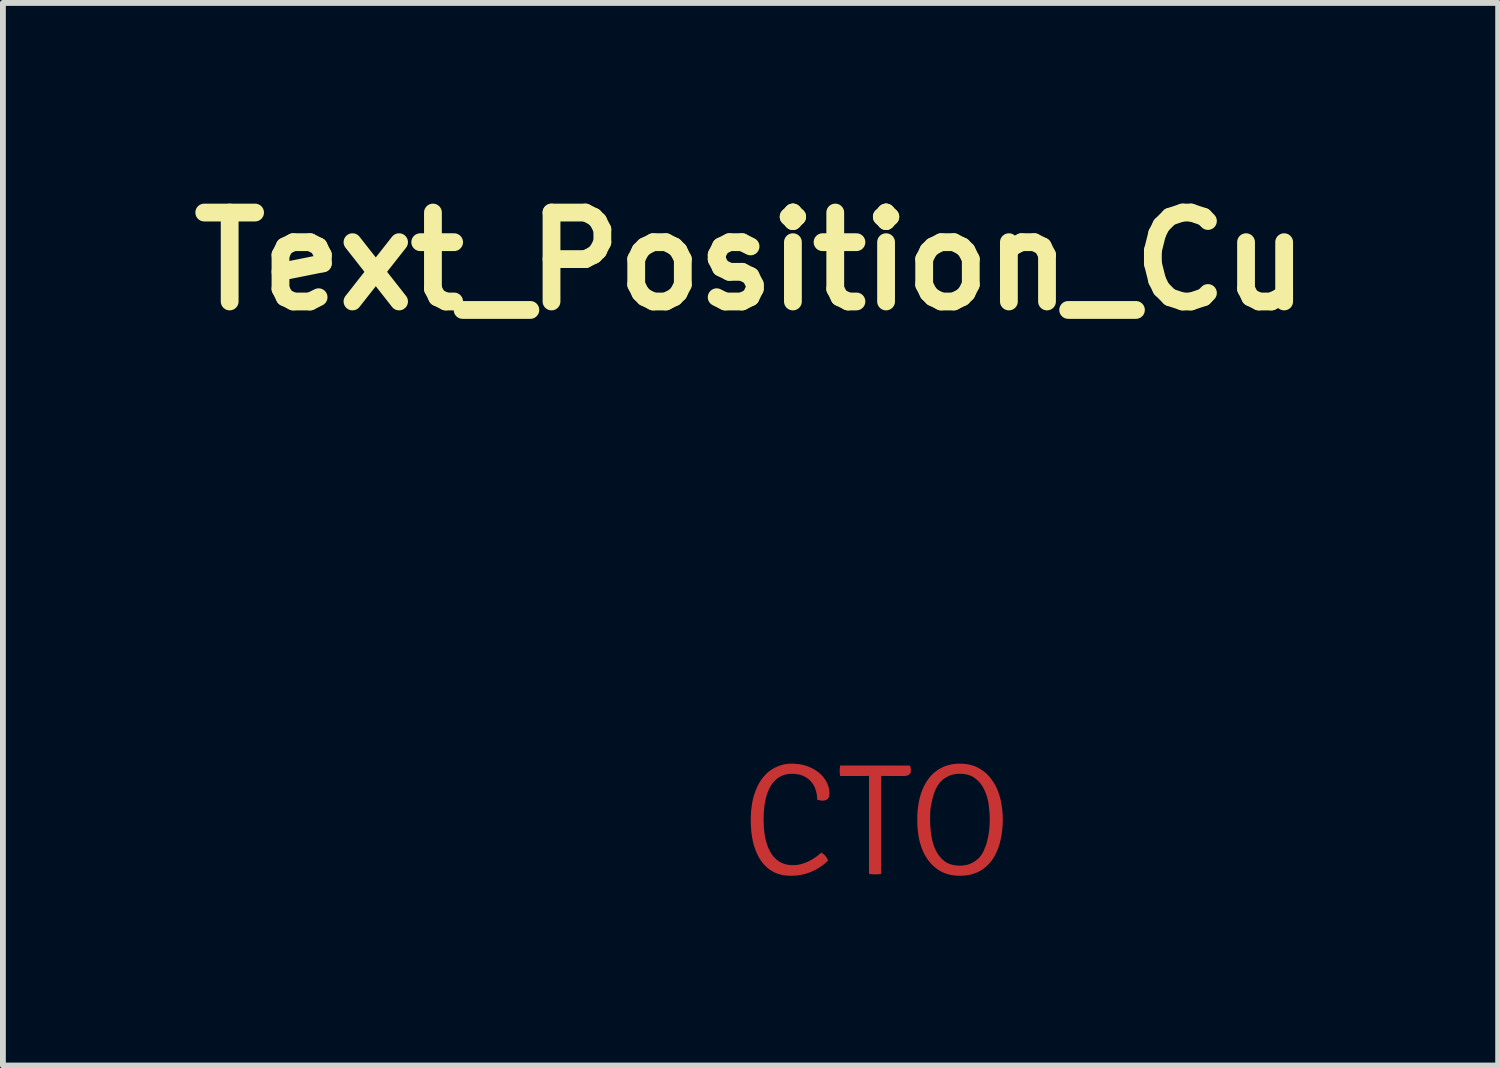
<source format=kicad_pcb>
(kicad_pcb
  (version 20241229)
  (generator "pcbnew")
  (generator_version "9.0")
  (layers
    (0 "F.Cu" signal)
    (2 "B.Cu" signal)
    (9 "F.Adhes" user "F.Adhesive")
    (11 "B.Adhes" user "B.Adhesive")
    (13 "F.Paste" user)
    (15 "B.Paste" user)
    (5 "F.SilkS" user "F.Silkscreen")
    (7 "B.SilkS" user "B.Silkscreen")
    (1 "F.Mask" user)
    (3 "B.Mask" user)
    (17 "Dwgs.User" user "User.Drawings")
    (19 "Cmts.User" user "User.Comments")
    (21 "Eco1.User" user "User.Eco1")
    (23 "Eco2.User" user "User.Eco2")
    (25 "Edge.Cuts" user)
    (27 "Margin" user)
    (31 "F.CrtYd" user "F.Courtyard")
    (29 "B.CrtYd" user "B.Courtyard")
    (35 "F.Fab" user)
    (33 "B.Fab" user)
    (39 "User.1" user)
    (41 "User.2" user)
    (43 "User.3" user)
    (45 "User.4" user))
  (footprint "Text_Position_Cu"
    (layer "F.Cu")
    (at 9.812 11.959)
    (property "Reference" "Text_Position_Cu" (at 0 -10.532 0) (layer "F.SilkS") (effects (font (size 1.524 1.524) (thickness 0.305))))
    (attr smd)
    (fp_poly (pts (xy 2.389 -1.711) (xy 2.239 -1.713) (xy 2.239 -0.034) (xy 2.217 -0.03) (xy 2.192 -0.028) (xy 2.165 -0.026) (xy 2.136 -0.026) (xy 2.113 -0.026) (xy 2.09 -0.027) (xy 2.069 -0.029) (xy 2.049 -0.031) (xy 2.03 -0.034) (xy 2.03 -1.713) (xy 1.883 -1.711) (xy 1.535 -1.711) (xy 1.532 -1.734) (xy 1.529 -1.756) (xy 1.528 -1.777) (xy 1.527 -1.798) (xy 1.528 -1.82) (xy 1.529 -1.843) (xy 1.532 -1.866) (xy 1.535 -1.89) (xy 2.731 -1.89) (xy 2.738 -1.871) (xy 2.743 -1.851) (xy 2.747 -1.828) (xy 2.748 -1.803) (xy 2.746 -1.784) (xy 2.741 -1.767) (xy 2.733 -1.752) (xy 2.722 -1.739) (xy 2.708 -1.729) (xy 2.691 -1.721) (xy 2.67 -1.715) (xy 2.647 -1.712) (xy 2.62 -1.711) (xy 2.389 -1.711)) (stroke (width 0) (type solid)) (fill yes) (layer "F.Cu"))
    (fp_poly (pts (xy 1.142 -1.303) (xy 1.142 -1.326) (xy 1.14 -1.349) (xy 1.138 -1.372) (xy 1.134 -1.395) (xy 1.13 -1.418) (xy 1.124 -1.441) (xy 1.118 -1.463) (xy 1.111 -1.486) (xy 1.103 -1.508) (xy 1.093 -1.53) (xy 1.082 -1.55) (xy 1.07 -1.57) (xy 1.057 -1.589) (xy 1.042 -1.607) (xy 1.026 -1.626) (xy 1.01 -1.643) (xy 0.992 -1.658) (xy 0.972 -1.673) (xy 0.951 -1.687) (xy 0.929 -1.699) (xy 0.906 -1.711) (xy 0.885 -1.72) (xy 0.863 -1.727) (xy 0.84 -1.734) (xy 0.816 -1.739) (xy 0.79 -1.743) (xy 0.764 -1.746) (xy 0.736 -1.748) (xy 0.708 -1.749) (xy 0.682 -1.748) (xy 0.657 -1.746) (xy 0.633 -1.743) (xy 0.61 -1.739) (xy 0.587 -1.733) (xy 0.565 -1.726) (xy 0.543 -1.718) (xy 0.523 -1.709) (xy 0.502 -1.698) (xy 0.483 -1.686) (xy 0.464 -1.673) (xy 0.445 -1.658) (xy 0.428 -1.642) (xy 0.411 -1.625) (xy 0.394 -1.607) (xy 0.378 -1.588) (xy 0.363 -1.567) (xy 0.349 -1.545) (xy 0.339 -1.528) (xy 0.329 -1.51) (xy 0.319 -1.491) (xy 0.311 -1.472) (xy 0.302 -1.453) (xy 0.294 -1.432) (xy 0.286 -1.411) (xy 0.279 -1.39) (xy 0.273 -1.368) (xy 0.266 -1.345) (xy 0.26 -1.322) (xy 0.255 -1.298) (xy 0.25 -1.274) (xy 0.245 -1.249) (xy 0.241 -1.223) (xy 0.238 -1.197) (xy 0.234 -1.17) (xy 0.232 -1.143) (xy 0.229 -1.115) (xy 0.227 -1.086) (xy 0.226 -1.057) (xy 0.225 -1.027) (xy 0.224 -0.997) (xy 0.224 -0.966) (xy 0.224 -0.935) (xy 0.225 -0.904) (xy 0.226 -0.874) (xy 0.227 -0.845) (xy 0.229 -0.816) (xy 0.232 -0.788) (xy 0.235 -0.76) (xy 0.238 -0.734) (xy 0.242 -0.707) (xy 0.246 -0.681) (xy 0.251 -0.656) (xy 0.256 -0.632) (xy 0.262 -0.608) (xy 0.268 -0.585) (xy 0.275 -0.562) (xy 0.282 -0.54) (xy 0.289 -0.518) (xy 0.297 -0.497) (xy 0.306 -0.477) (xy 0.314 -0.457) (xy 0.324 -0.438) (xy 0.333 -0.42) (xy 0.344 -0.402) (xy 0.354 -0.384) (xy 0.368 -0.364) (xy 0.383 -0.344) (xy 0.398 -0.326) (xy 0.414 -0.309) (xy 0.43 -0.293) (xy 0.447 -0.277) (xy 0.465 -0.264) (xy 0.483 -0.251) (xy 0.502 -0.239) (xy 0.522 -0.228) (xy 0.542 -0.219) (xy 0.562 -0.211) (xy 0.584 -0.203) (xy 0.605 -0.197) (xy 0.628 -0.192) (xy 0.651 -0.188) (xy 0.675 -0.186) (xy 0.699 -0.184) (xy 0.724 -0.183) (xy 0.746 -0.184) (xy 0.768 -0.185) (xy 0.79 -0.187) (xy 0.812 -0.19) (xy 0.834 -0.194) (xy 0.856 -0.199) (xy 0.878 -0.205) (xy 0.9 -0.212) (xy 0.923 -0.219) (xy 0.945 -0.228) (xy 0.967 -0.237) (xy 0.989 -0.247) (xy 1.012 -0.258) (xy 1.034 -0.27) (xy 1.056 -0.283) (xy 1.079 -0.297) (xy 1.101 -0.312) (xy 1.123 -0.327) (xy 1.146 -0.343) (xy 1.168 -0.361) (xy 1.191 -0.379) (xy 1.213 -0.398) (xy 1.233 -0.385) (xy 1.252 -0.371) (xy 1.269 -0.356) (xy 1.284 -0.34) (xy 1.297 -0.322) (xy 1.309 -0.303) (xy 1.319 -0.283) (xy 1.327 -0.262) (xy 1.311 -0.246) (xy 1.293 -0.23) (xy 1.276 -0.214) (xy 1.258 -0.199) (xy 1.239 -0.184) (xy 1.219 -0.17) (xy 1.199 -0.156) (xy 1.179 -0.143) (xy 1.158 -0.13) (xy 1.136 -0.117) (xy 1.114 -0.105) (xy 1.092 -0.094) (xy 1.068 -0.083) (xy 1.045 -0.072) (xy 1.021 -0.062) (xy 0.997 -0.053) (xy 0.972 -0.045) (xy 0.948 -0.037) (xy 0.923 -0.03) (xy 0.898 -0.024) (xy 0.873 -0.019) (xy 0.848 -0.014) (xy 0.822 -0.01) (xy 0.797 -0.007) (xy 0.771 -0.004) (xy 0.744 -0.003) (xy 0.718 -0.002) (xy 0.691 -0.001) (xy 0.664 -0.002) (xy 0.636 -0.003) (xy 0.61 -0.005) (xy 0.584 -0.008) (xy 0.559 -0.012) (xy 0.534 -0.017) (xy 0.51 -0.023) (xy 0.487 -0.029) (xy 0.464 -0.036) (xy 0.442 -0.045) (xy 0.42 -0.054) (xy 0.399 -0.064) (xy 0.379 -0.075) (xy 0.357 -0.088) (xy 0.336 -0.102) (xy 0.316 -0.116) (xy 0.297 -0.131) (xy 0.278 -0.147) (xy 0.26 -0.164) (xy 0.242 -0.182) (xy 0.225 -0.2) (xy 0.209 -0.219) (xy 0.193 -0.239) (xy 0.178 -0.26) (xy 0.164 -0.281) (xy 0.152 -0.301) (xy 0.14 -0.322) (xy 0.129 -0.344) (xy 0.118 -0.365) (xy 0.107 -0.388) (xy 0.097 -0.41) (xy 0.088 -0.433) (xy 0.079 -0.457) (xy 0.071 -0.481) (xy 0.063 -0.506) (xy 0.055 -0.531) (xy 0.048 -0.557) (xy 0.042 -0.583) (xy 0.037 -0.606) (xy 0.032 -0.63) (xy 0.028 -0.653) (xy 0.024 -0.677) (xy 0.021 -0.701) (xy 0.017 -0.725) (xy 0.014 -0.75) (xy 0.012 -0.775) (xy 0.01 -0.799) (xy 0.008 -0.824) (xy 0.006 -0.85) (xy 0.005 -0.875) (xy 0.004 -0.901) (xy 0.004 -0.926) (xy 0.004 -0.952) (xy 0.004 -0.981) (xy 0.004 -1.009) (xy 0.005 -1.036) (xy 0.007 -1.063) (xy 0.008 -1.09) (xy 0.01 -1.116) (xy 0.013 -1.142) (xy 0.016 -1.167) (xy 0.019 -1.192) (xy 0.022 -1.216) (xy 0.026 -1.24) (xy 0.031 -1.264) (xy 0.035 -1.287) (xy 0.04 -1.31) (xy 0.046 -1.333) (xy 0.052 -1.355) (xy 0.058 -1.376) (xy 0.067 -1.404) (xy 0.076 -1.431) (xy 0.085 -1.457) (xy 0.095 -1.483) (xy 0.106 -1.507) (xy 0.117 -1.531) (xy 0.128 -1.554) (xy 0.14 -1.577) (xy 0.153 -1.599) (xy 0.166 -1.62) (xy 0.179 -1.64) (xy 0.193 -1.659) (xy 0.207 -1.678) (xy 0.224 -1.698) (xy 0.24 -1.717) (xy 0.257 -1.735) (xy 0.274 -1.753) (xy 0.292 -1.769) (xy 0.311 -1.785) (xy 0.33 -1.8) (xy 0.349 -1.813) (xy 0.368 -1.826) (xy 0.389 -1.839) (xy 0.409 -1.85) (xy 0.43 -1.86) (xy 0.454 -1.871) (xy 0.477 -1.881) (xy 0.501 -1.89) (xy 0.526 -1.897) (xy 0.55 -1.904) (xy 0.575 -1.91) (xy 0.601 -1.914) (xy 0.626 -1.918) (xy 0.652 -1.921) (xy 0.678 -1.922) (xy 0.705 -1.923) (xy 0.731 -1.922) (xy 0.757 -1.921) (xy 0.783 -1.919) (xy 0.808 -1.917) (xy 0.833 -1.914) (xy 0.857 -1.91) (xy 0.881 -1.905) (xy 0.904 -1.9) (xy 0.927 -1.894) (xy 0.949 -1.887) (xy 0.971 -1.879) (xy 0.997 -1.869) (xy 1.023 -1.859) (xy 1.047 -1.847) (xy 1.07 -1.835) (xy 1.093 -1.823) (xy 1.115 -1.809) (xy 1.136 -1.795) (xy 1.156 -1.78) (xy 1.175 -1.765) (xy 1.193 -1.749) (xy 1.211 -1.733) (xy 1.227 -1.716) (xy 1.242 -1.698) (xy 1.257 -1.68) (xy 1.27 -1.661) (xy 1.283 -1.642) (xy 1.295 -1.622) (xy 1.305 -1.602) (xy 1.316 -1.579) (xy 1.326 -1.555) (xy 1.334 -1.532) (xy 1.34 -1.508) (xy 1.345 -1.484) (xy 1.349 -1.46) (xy 1.351 -1.436) (xy 1.352 -1.412) (xy 1.35 -1.389) (xy 1.347 -1.368) (xy 1.341 -1.349) (xy 1.333 -1.334) (xy 1.322 -1.32) (xy 1.31 -1.309) (xy 1.294 -1.3) (xy 1.277 -1.294) (xy 1.257 -1.291) (xy 1.235 -1.289) (xy 1.215 -1.29) (xy 1.193 -1.293) (xy 1.169 -1.297) (xy 1.142 -1.303) (xy 1.142 -1.303)) (stroke (width 0) (type solid)) (fill yes) (layer "F.Cu"))
    (fp_poly (pts (xy 3.099 -1.238) (xy 2.937 -0.465) (xy 2.929 -0.487) (xy 2.921 -0.51) (xy 2.914 -0.532) (xy 2.907 -0.556) (xy 2.9 -0.58) (xy 2.894 -0.604) (xy 2.889 -0.629) (xy 2.884 -0.654) (xy 2.879 -0.68) (xy 2.875 -0.706) (xy 2.871 -0.732) (xy 2.868 -0.759) (xy 2.865 -0.787) (xy 2.862 -0.814) (xy 2.86 -0.843) (xy 2.859 -0.872) (xy 2.858 -0.901) (xy 2.857 -0.931) (xy 2.857 -0.961) (xy 2.857 -0.987) (xy 2.857 -1.014) (xy 2.858 -1.04) (xy 2.86 -1.066) (xy 2.861 -1.091) (xy 2.863 -1.116) (xy 2.866 -1.141) (xy 2.868 -1.166) (xy 2.871 -1.19) (xy 2.875 -1.214) (xy 2.879 -1.238) (xy 2.883 -1.261) (xy 2.887 -1.284) (xy 2.892 -1.307) (xy 2.897 -1.33) (xy 2.903 -1.352) (xy 2.911 -1.379) (xy 2.919 -1.406) (xy 2.928 -1.432) (xy 2.937 -1.457) (xy 2.947 -1.482) (xy 2.957 -1.506) (xy 2.968 -1.529) (xy 2.98 -1.552) (xy 2.992 -1.574) (xy 3.004 -1.596) (xy 3.017 -1.617) (xy 3.03 -1.637) (xy 3.044 -1.656) (xy 3.06 -1.677) (xy 3.076 -1.697) (xy 3.093 -1.717) (xy 3.111 -1.735) (xy 3.129 -1.752) (xy 3.148 -1.769) (xy 3.167 -1.785) (xy 3.187 -1.8) (xy 3.207 -1.814) (xy 3.228 -1.828) (xy 3.25 -1.84) (xy 3.273 -1.852) (xy 3.294 -1.863) (xy 3.316 -1.872) (xy 3.339 -1.881) (xy 3.361 -1.889) (xy 3.385 -1.896) (xy 3.409 -1.902) (xy 3.433 -1.908) (xy 3.458 -1.912) (xy 3.483 -1.916) (xy 3.508 -1.919) (xy 3.534 -1.921) (xy 3.561 -1.922) (xy 3.588 -1.923) (xy 3.614 -1.922) (xy 3.64 -1.921) (xy 3.666 -1.919) (xy 3.691 -1.916) (xy 3.716 -1.913) (xy 3.74 -1.908) (xy 3.763 -1.903) (xy 3.786 -1.897) (xy 3.809 -1.89) (xy 3.831 -1.883) (xy 3.852 -1.874) (xy 3.873 -1.865) (xy 3.894 -1.855) (xy 3.914 -1.844) (xy 3.935 -1.832) (xy 3.955 -1.819) (xy 3.975 -1.806) (xy 3.995 -1.792) (xy 4.013 -1.777) (xy 4.032 -1.762) (xy 4.049 -1.745) (xy 4.066 -1.729) (xy 4.082 -1.711) (xy 4.098 -1.693) (xy 4.114 -1.674) (xy 4.128 -1.655) (xy 4.142 -1.635) (xy 4.156 -1.614) (xy 4.17 -1.593) (xy 4.182 -1.572) (xy 4.195 -1.55) (xy 4.206 -1.528) (xy 4.217 -1.505) (xy 4.228 -1.482) (xy 4.237 -1.458) (xy 4.247 -1.433) (xy 4.255 -1.408) (xy 4.264 -1.383) (xy 4.271 -1.357) (xy 4.278 -1.33) (xy 4.284 -1.307) (xy 4.289 -1.284) (xy 4.294 -1.26) (xy 4.298 -1.236) (xy 4.302 -1.212) (xy 4.306 -1.188) (xy 4.309 -1.164) (xy 4.312 -1.139) (xy 4.315 -1.115) (xy 4.317 -1.09) (xy 4.319 -1.065) (xy 4.32 -1.04) (xy 4.321 -1.014) (xy 4.321 -0.989) (xy 4.322 -0.963) (xy 4.321 -0.937) (xy 4.321 -0.91) (xy 4.32 -0.884) (xy 4.319 -0.858) (xy 4.317 -0.833) (xy 4.315 -0.807) (xy 4.312 -0.782) (xy 4.309 -0.757) (xy 4.306 -0.733) (xy 4.303 -0.709) (xy 4.299 -0.685) (xy 4.294 -0.661) (xy 4.289 -0.638) (xy 4.284 -0.615) (xy 4.279 -0.592) (xy 4.273 -0.569) (xy 4.265 -0.542) (xy 4.257 -0.516) (xy 4.249 -0.49) (xy 4.24 -0.465) (xy 4.23 -0.441) (xy 4.22 -0.417) (xy 4.21 -0.393) (xy 4.198 -0.37) (xy 4.187 -0.348) (xy 4.174 -0.326) (xy 4.161 -0.305) (xy 4.148 -0.285) (xy 4.134 -0.265) (xy 4.118 -0.244) (xy 4.102 -0.225) (xy 4.085 -0.206) (xy 4.067 -0.188) (xy 4.049 -0.17) (xy 4.03 -0.153) (xy 4.011 -0.138) (xy 3.99 -0.122) (xy 3.97 -0.108) (xy 3.948 -0.094) (xy 3.926 -0.081) (xy 3.903 -0.069) (xy 3.882 -0.059) (xy 3.86 -0.05) (xy 3.838 -0.041) (xy 3.815 -0.034) (xy 3.792 -0.027) (xy 3.768 -0.021) (xy 3.744 -0.016) (xy 3.719 -0.011) (xy 3.694 -0.008) (xy 3.668 -0.005) (xy 3.642 -0.003) (xy 3.615 -0.002) (xy 3.588 -0.001) (xy 3.561 -0.002) (xy 3.535 -0.003) (xy 3.509 -0.005) (xy 3.484 -0.008) (xy 3.459 -0.011) (xy 3.435 -0.015) (xy 3.411 -0.021) (xy 3.388 -0.026) (xy 3.365 -0.033) (xy 3.343 -0.041) (xy 3.321 -0.049) (xy 3.299 -0.058) (xy 3.278 -0.068) (xy 3.258 -0.078) (xy 3.238 -0.09) (xy 3.218 -0.102) (xy 3.199 -0.115) (xy 3.181 -0.129) (xy 3.162 -0.144) (xy 3.145 -0.159) (xy 3.129 -0.173) (xy 3.114 -0.188) (xy 3.099 -0.203) (xy 3.084 -0.219) (xy 3.07 -0.235) (xy 3.057 -0.252) (xy 3.044 -0.269) (xy 3.031 -0.287) (xy 3.019 -0.305) (xy 3.007 -0.323) (xy 2.996 -0.342) (xy 2.985 -0.362) (xy 2.974 -0.381) (xy 2.964 -0.402) (xy 2.955 -0.422) (xy 2.946 -0.443) (xy 2.937 -0.465) (xy 3.099 -1.238) (xy 3.094 -1.216) (xy 3.091 -1.194) (xy 3.087 -1.171) (xy 3.084 -1.148) (xy 3.082 -1.125) (xy 3.08 -1.102) (xy 3.079 -1.079) (xy 3.078 -1.056) (xy 3.078 -1.033) (xy 3.077 -1.01) (xy 3.077 -0.987) (xy 3.077 -0.963) (xy 3.077 -0.939) (xy 3.078 -0.914) (xy 3.079 -0.889) (xy 3.08 -0.863) (xy 3.082 -0.837) (xy 3.084 -0.811) (xy 3.086 -0.784) (xy 3.089 -0.757) (xy 3.092 -0.73) (xy 3.096 -0.702) (xy 3.1 -0.678) (xy 3.104 -0.654) (xy 3.109 -0.63) (xy 3.114 -0.606) (xy 3.121 -0.582) (xy 3.127 -0.559) (xy 3.134 -0.536) (xy 3.142 -0.513) (xy 3.151 -0.491) (xy 3.16 -0.469) (xy 3.169 -0.447) (xy 3.181 -0.424) (xy 3.193 -0.402) (xy 3.206 -0.38) (xy 3.22 -0.36) (xy 3.235 -0.34) (xy 3.251 -0.32) (xy 3.268 -0.302) (xy 3.286 -0.284) (xy 3.305 -0.267) (xy 3.324 -0.251) (xy 3.343 -0.238) (xy 3.363 -0.226) (xy 3.384 -0.215) (xy 3.406 -0.206) (xy 3.429 -0.198) (xy 3.453 -0.191) (xy 3.478 -0.185) (xy 3.504 -0.181) (xy 3.531 -0.178) (xy 3.559 -0.176) (xy 3.588 -0.175) (xy 3.615 -0.176) (xy 3.641 -0.178) (xy 3.666 -0.181) (xy 3.69 -0.185) (xy 3.713 -0.19) (xy 3.736 -0.197) (xy 3.757 -0.204) (xy 3.778 -0.213) (xy 3.801 -0.225) (xy 3.823 -0.237) (xy 3.843 -0.25) (xy 3.863 -0.264) (xy 3.882 -0.279) (xy 3.9 -0.294) (xy 3.917 -0.311) (xy 3.933 -0.329) (xy 3.947 -0.348) (xy 3.961 -0.368) (xy 3.974 -0.389) (xy 3.986 -0.41) (xy 3.997 -0.432) (xy 4.006 -0.455) (xy 4.016 -0.479) (xy 4.025 -0.502) (xy 4.034 -0.526) (xy 4.041 -0.55) (xy 4.049 -0.574) (xy 4.055 -0.599) (xy 4.061 -0.624) (xy 4.067 -0.649) (xy 4.072 -0.675) (xy 4.077 -0.7) (xy 4.081 -0.725) (xy 4.085 -0.75) (xy 4.088 -0.775) (xy 4.091 -0.8) (xy 4.093 -0.825) (xy 4.095 -0.849) (xy 4.096 -0.873) (xy 4.097 -0.896) (xy 4.098 -0.919) (xy 4.099 -0.941) (xy 4.099 -0.963) (xy 4.099 -0.987) (xy 4.098 -1.012) (xy 4.097 -1.037) (xy 4.096 -1.062) (xy 4.094 -1.088) (xy 4.092 -1.114) (xy 4.089 -1.14) (xy 4.087 -1.167) (xy 4.083 -1.194) (xy 4.08 -1.222) (xy 4.076 -1.247) (xy 4.072 -1.271) (xy 4.067 -1.296) (xy 4.061 -1.319) (xy 4.055 -1.343) (xy 4.048 -1.366) (xy 4.04 -1.389) (xy 4.032 -1.412) (xy 4.023 -1.434) (xy 4.014 -1.456) (xy 4.004 -1.477) (xy 3.992 -1.5) (xy 3.98 -1.522) (xy 3.967 -1.543) (xy 3.953 -1.564) (xy 3.938 -1.584) (xy 3.922 -1.603) (xy 3.905 -1.621) (xy 3.887 -1.638) (xy 3.868 -1.654) (xy 3.849 -1.67) (xy 3.83 -1.684) (xy 3.811 -1.696) (xy 3.791 -1.707) (xy 3.769 -1.717) (xy 3.746 -1.725) (xy 3.723 -1.733) (xy 3.698 -1.738) (xy 3.672 -1.743) (xy 3.645 -1.746) (xy 3.617 -1.748) (xy 3.588 -1.749) (xy 3.561 -1.748) (xy 3.535 -1.747) (xy 3.51 -1.744) (xy 3.486 -1.74) (xy 3.463 -1.735) (xy 3.44 -1.728) (xy 3.419 -1.721) (xy 3.398 -1.712) (xy 3.379 -1.703) (xy 3.357 -1.691) (xy 3.337 -1.679) (xy 3.318 -1.666) (xy 3.299 -1.652) (xy 3.282 -1.637) (xy 3.265 -1.621) (xy 3.249 -1.604) (xy 3.235 -1.586) (xy 3.221 -1.568) (xy 3.209 -1.549) (xy 3.197 -1.53) (xy 3.186 -1.51) (xy 3.175 -1.489) (xy 3.165 -1.468) (xy 3.156 -1.445) (xy 3.148 -1.423) (xy 3.14 -1.4) (xy 3.133 -1.377) (xy 3.127 -1.355) (xy 3.12 -1.332) (xy 3.114 -1.308) (xy 3.109 -1.285) (xy 3.104 -1.262) (xy 3.099 -1.238) (xy 3.099 -1.238)) (stroke (width 0) (type solid)) (fill yes) (layer "F.Cu")))
  (gr_rect
    (start -3 -3)
    (end 22.623 15.209)
    (stroke (width 0.1) (type default))
    (fill no)
    (layer "Edge.Cuts")))
</source>
